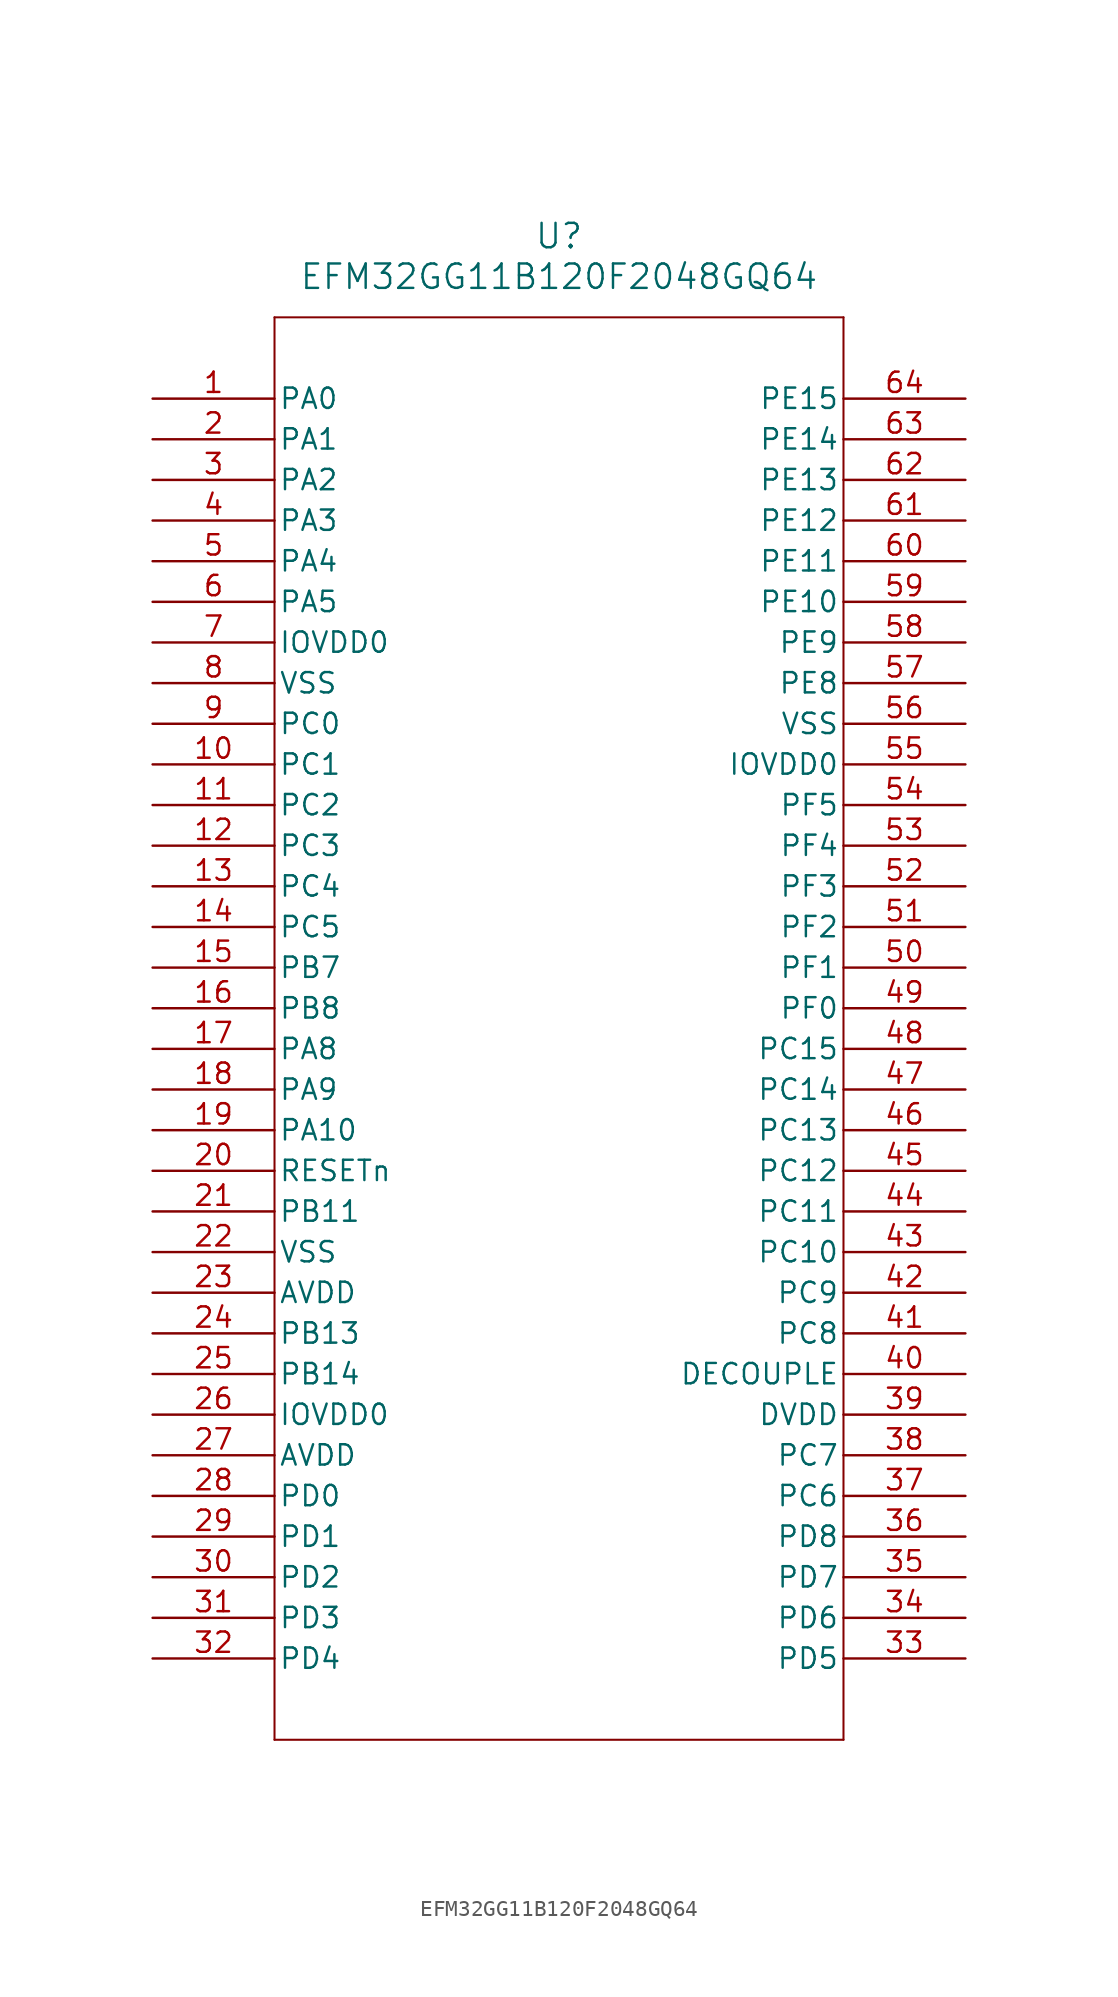
<source format=kicad_sym>
(kicad_symbol_lib
  (version 20211014)
  (generator kicad_symbol_editor)
  (symbol "EFM32GG11B120F2048GQ64"
    (pin_names
      (offset 0.254))
    (property "Reference" "U"
      (at 25.4 10.16 0)
      (effects (font (size 1.524 1.524))))
    (property "Value" "EFM32GG11B120F2048GQ64"
      (at 25.4 7.62 0)
      (effects (font (size 1.524 1.524))))
    (symbol "EFM32GG11B120F2048GQ64_0_1"
      (polyline (pts (xy 7.62 5.08) (xy 7.62 -83.82)) (stroke (width 0.127) (type default) (color 0 0 0 0)) (fill (type none)))
      (polyline (pts (xy 7.62 -83.82) (xy 43.18 -83.82)) (stroke (width 0.127) (type default) (color 0 0 0 0)) (fill (type none)))
      (polyline (pts (xy 43.18 -83.82) (xy 43.18 5.08)) (stroke (width 0.127) (type default) (color 0 0 0 0)) (fill (type none)))
      (polyline (pts (xy 43.18 5.08) (xy 7.62 5.08)) (stroke (width 0.127) (type default) (color 0 0 0 0)) (fill (type none)))
      (pin bidirectional line (at 0 0 0) (length 7.62) (name "PA0" (effects (font (size 1.27 1.27)))) (number "1" (effects (font (size 1.27 1.27)))))
      (pin bidirectional line (at 0 -2.54 0) (length 7.62) (name "PA1" (effects (font (size 1.27 1.27)))) (number "2" (effects (font (size 1.27 1.27)))))
      (pin bidirectional line (at 0 -5.08 0) (length 7.62) (name "PA2" (effects (font (size 1.27 1.27)))) (number "3" (effects (font (size 1.27 1.27)))))
      (pin bidirectional line (at 0 -7.62 0) (length 7.62) (name "PA3" (effects (font (size 1.27 1.27)))) (number "4" (effects (font (size 1.27 1.27)))))
      (pin bidirectional line (at 0 -10.16 0) (length 7.62) (name "PA4" (effects (font (size 1.27 1.27)))) (number "5" (effects (font (size 1.27 1.27)))))
      (pin bidirectional line (at 0 -12.7 0) (length 7.62) (name "PA5" (effects (font (size 1.27 1.27)))) (number "6" (effects (font (size 1.27 1.27)))))
      (pin power_in line (at 0 -15.24 0) (length 7.62) (name "IOVDD0" (effects (font (size 1.27 1.27)))) (number "7" (effects (font (size 1.27 1.27)))))
      (pin power_in line (at 0 -17.78 0) (length 7.62) (name "VSS" (effects (font (size 1.27 1.27)))) (number "8" (effects (font (size 1.27 1.27)))))
      (pin bidirectional line (at 0 -20.32 0) (length 7.62) (name "PC0" (effects (font (size 1.27 1.27)))) (number "9" (effects (font (size 1.27 1.27)))))
      (pin bidirectional line (at 0 -22.86 0) (length 7.62) (name "PC1" (effects (font (size 1.27 1.27)))) (number "10" (effects (font (size 1.27 1.27)))))
      (pin bidirectional line (at 0 -25.4 0) (length 7.62) (name "PC2" (effects (font (size 1.27 1.27)))) (number "11" (effects (font (size 1.27 1.27)))))
      (pin bidirectional line (at 0 -27.94 0) (length 7.62) (name "PC3" (effects (font (size 1.27 1.27)))) (number "12" (effects (font (size 1.27 1.27)))))
      (pin bidirectional line (at 0 -30.48 0) (length 7.62) (name "PC4" (effects (font (size 1.27 1.27)))) (number "13" (effects (font (size 1.27 1.27)))))
      (pin bidirectional line (at 0 -33.02 0) (length 7.62) (name "PC5" (effects (font (size 1.27 1.27)))) (number "14" (effects (font (size 1.27 1.27)))))
      (pin bidirectional line (at 0 -35.56 0) (length 7.62) (name "PB7" (effects (font (size 1.27 1.27)))) (number "15" (effects (font (size 1.27 1.27)))))
      (pin bidirectional line (at 0 -38.1 0) (length 7.62) (name "PB8" (effects (font (size 1.27 1.27)))) (number "16" (effects (font (size 1.27 1.27)))))
      (pin bidirectional line (at 0 -40.64 0) (length 7.62) (name "PA8" (effects (font (size 1.27 1.27)))) (number "17" (effects (font (size 1.27 1.27)))))
      (pin bidirectional line (at 0 -43.18 0) (length 7.62) (name "PA9" (effects (font (size 1.27 1.27)))) (number "18" (effects (font (size 1.27 1.27)))))
      (pin bidirectional line (at 0 -45.72 0) (length 7.62) (name "PA10" (effects (font (size 1.27 1.27)))) (number "19" (effects (font (size 1.27 1.27)))))
      (pin input line (at 0 -48.26 0) (length 7.62) (name "RESETn" (effects (font (size 1.27 1.27)))) (number "20" (effects (font (size 1.27 1.27)))))
      (pin bidirectional line (at 0 -50.8 0) (length 7.62) (name "PB11" (effects (font (size 1.27 1.27)))) (number "21" (effects (font (size 1.27 1.27)))))
      (pin power_in line (at 0 -53.34 0) (length 7.62) (name "VSS" (effects (font (size 1.27 1.27)))) (number "22" (effects (font (size 1.27 1.27)))))
      (pin power_in line (at 0 -55.88 0) (length 7.62) (name "AVDD" (effects (font (size 1.27 1.27)))) (number "23" (effects (font (size 1.27 1.27)))))
      (pin bidirectional line (at 0 -58.42 0) (length 7.62) (name "PB13" (effects (font (size 1.27 1.27)))) (number "24" (effects (font (size 1.27 1.27)))))
      (pin bidirectional line (at 0 -60.96 0) (length 7.62) (name "PB14" (effects (font (size 1.27 1.27)))) (number "25" (effects (font (size 1.27 1.27)))))
      (pin power_in line (at 0 -63.5 0) (length 7.62) (name "IOVDD0" (effects (font (size 1.27 1.27)))) (number "26" (effects (font (size 1.27 1.27)))))
      (pin power_in line (at 0 -66.04 0) (length 7.62) (name "AVDD" (effects (font (size 1.27 1.27)))) (number "27" (effects (font (size 1.27 1.27)))))
      (pin bidirectional line (at 0 -68.58 0) (length 7.62) (name "PD0" (effects (font (size 1.27 1.27)))) (number "28" (effects (font (size 1.27 1.27)))))
      (pin bidirectional line (at 0 -71.12 0) (length 7.62) (name "PD1" (effects (font (size 1.27 1.27)))) (number "29" (effects (font (size 1.27 1.27)))))
      (pin bidirectional line (at 0 -73.66 0) (length 7.62) (name "PD2" (effects (font (size 1.27 1.27)))) (number "30" (effects (font (size 1.27 1.27)))))
      (pin bidirectional line (at 0 -76.2 0) (length 7.62) (name "PD3" (effects (font (size 1.27 1.27)))) (number "31" (effects (font (size 1.27 1.27)))))
      (pin bidirectional line (at 0 -78.74 0) (length 7.62) (name "PD4" (effects (font (size 1.27 1.27)))) (number "32" (effects (font (size 1.27 1.27)))))
      (pin bidirectional line (at 50.8 -78.74 180) (length 7.62) (name "PD5" (effects (font (size 1.27 1.27)))) (number "33" (effects (font (size 1.27 1.27)))))
      (pin bidirectional line (at 50.8 -76.2 180) (length 7.62) (name "PD6" (effects (font (size 1.27 1.27)))) (number "34" (effects (font (size 1.27 1.27)))))
      (pin bidirectional line (at 50.8 -73.66 180) (length 7.62) (name "PD7" (effects (font (size 1.27 1.27)))) (number "35" (effects (font (size 1.27 1.27)))))
      (pin bidirectional line (at 50.8 -71.12 180) (length 7.62) (name "PD8" (effects (font (size 1.27 1.27)))) (number "36" (effects (font (size 1.27 1.27)))))
      (pin bidirectional line (at 50.8 -68.58 180) (length 7.62) (name "PC6" (effects (font (size 1.27 1.27)))) (number "37" (effects (font (size 1.27 1.27)))))
      (pin bidirectional line (at 50.8 -66.04 180) (length 7.62) (name "PC7" (effects (font (size 1.27 1.27)))) (number "38" (effects (font (size 1.27 1.27)))))
      (pin power_in line (at 50.8 -63.5 180) (length 7.62) (name "DVDD" (effects (font (size 1.27 1.27)))) (number "39" (effects (font (size 1.27 1.27)))))
      (pin output line (at 50.8 -60.96 180) (length 7.62) (name "DECOUPLE" (effects (font (size 1.27 1.27)))) (number "40" (effects (font (size 1.27 1.27)))))
      (pin bidirectional line (at 50.8 -58.42 180) (length 7.62) (name "PC8" (effects (font (size 1.27 1.27)))) (number "41" (effects (font (size 1.27 1.27)))))
      (pin bidirectional line (at 50.8 -55.88 180) (length 7.62) (name "PC9" (effects (font (size 1.27 1.27)))) (number "42" (effects (font (size 1.27 1.27)))))
      (pin bidirectional line (at 50.8 -53.34 180) (length 7.62) (name "PC10" (effects (font (size 1.27 1.27)))) (number "43" (effects (font (size 1.27 1.27)))))
      (pin bidirectional line (at 50.8 -50.8 180) (length 7.62) (name "PC11" (effects (font (size 1.27 1.27)))) (number "44" (effects (font (size 1.27 1.27)))))
      (pin bidirectional line (at 50.8 -48.26 180) (length 7.62) (name "PC12" (effects (font (size 1.27 1.27)))) (number "45" (effects (font (size 1.27 1.27)))))
      (pin bidirectional line (at 50.8 -45.72 180) (length 7.62) (name "PC13" (effects (font (size 1.27 1.27)))) (number "46" (effects (font (size 1.27 1.27)))))
      (pin bidirectional line (at 50.8 -43.18 180) (length 7.62) (name "PC14" (effects (font (size 1.27 1.27)))) (number "47" (effects (font (size 1.27 1.27)))))
      (pin bidirectional line (at 50.8 -40.64 180) (length 7.62) (name "PC15" (effects (font (size 1.27 1.27)))) (number "48" (effects (font (size 1.27 1.27)))))
      (pin bidirectional line (at 50.8 -38.1 180) (length 7.62) (name "PF0" (effects (font (size 1.27 1.27)))) (number "49" (effects (font (size 1.27 1.27)))))
      (pin bidirectional line (at 50.8 -35.56 180) (length 7.62) (name "PF1" (effects (font (size 1.27 1.27)))) (number "50" (effects (font (size 1.27 1.27)))))
      (pin bidirectional line (at 50.8 -33.02 180) (length 7.62) (name "PF2" (effects (font (size 1.27 1.27)))) (number "51" (effects (font (size 1.27 1.27)))))
      (pin bidirectional line (at 50.8 -30.48 180) (length 7.62) (name "PF3" (effects (font (size 1.27 1.27)))) (number "52" (effects (font (size 1.27 1.27)))))
      (pin bidirectional line (at 50.8 -27.94 180) (length 7.62) (name "PF4" (effects (font (size 1.27 1.27)))) (number "53" (effects (font (size 1.27 1.27)))))
      (pin bidirectional line (at 50.8 -25.4 180) (length 7.62) (name "PF5" (effects (font (size 1.27 1.27)))) (number "54" (effects (font (size 1.27 1.27)))))
      (pin power_in line (at 50.8 -22.86 180) (length 7.62) (name "IOVDD0" (effects (font (size 1.27 1.27)))) (number "55" (effects (font (size 1.27 1.27)))))
      (pin power_in line (at 50.8 -20.32 180) (length 7.62) (name "VSS" (effects (font (size 1.27 1.27)))) (number "56" (effects (font (size 1.27 1.27)))))
      (pin bidirectional line (at 50.8 -17.78 180) (length 7.62) (name "PE8" (effects (font (size 1.27 1.27)))) (number "57" (effects (font (size 1.27 1.27)))))
      (pin bidirectional line (at 50.8 -15.24 180) (length 7.62) (name "PE9" (effects (font (size 1.27 1.27)))) (number "58" (effects (font (size 1.27 1.27)))))
      (pin bidirectional line (at 50.8 -12.7 180) (length 7.62) (name "PE10" (effects (font (size 1.27 1.27)))) (number "59" (effects (font (size 1.27 1.27)))))
      (pin bidirectional line (at 50.8 -10.16 180) (length 7.62) (name "PE11" (effects (font (size 1.27 1.27)))) (number "60" (effects (font (size 1.27 1.27)))))
      (pin bidirectional line (at 50.8 -7.62 180) (length 7.62) (name "PE12" (effects (font (size 1.27 1.27)))) (number "61" (effects (font (size 1.27 1.27)))))
      (pin bidirectional line (at 50.8 -5.08 180) (length 7.62) (name "PE13" (effects (font (size 1.27 1.27)))) (number "62" (effects (font (size 1.27 1.27)))))
      (pin bidirectional line (at 50.8 -2.54 180) (length 7.62) (name "PE14" (effects (font (size 1.27 1.27)))) (number "63" (effects (font (size 1.27 1.27)))))
      (pin bidirectional line (at 50.8 0 180) (length 7.62) (name "PE15" (effects (font (size 1.27 1.27)))) (number "64" (effects (font (size 1.27 1.27))))))))
</source>
